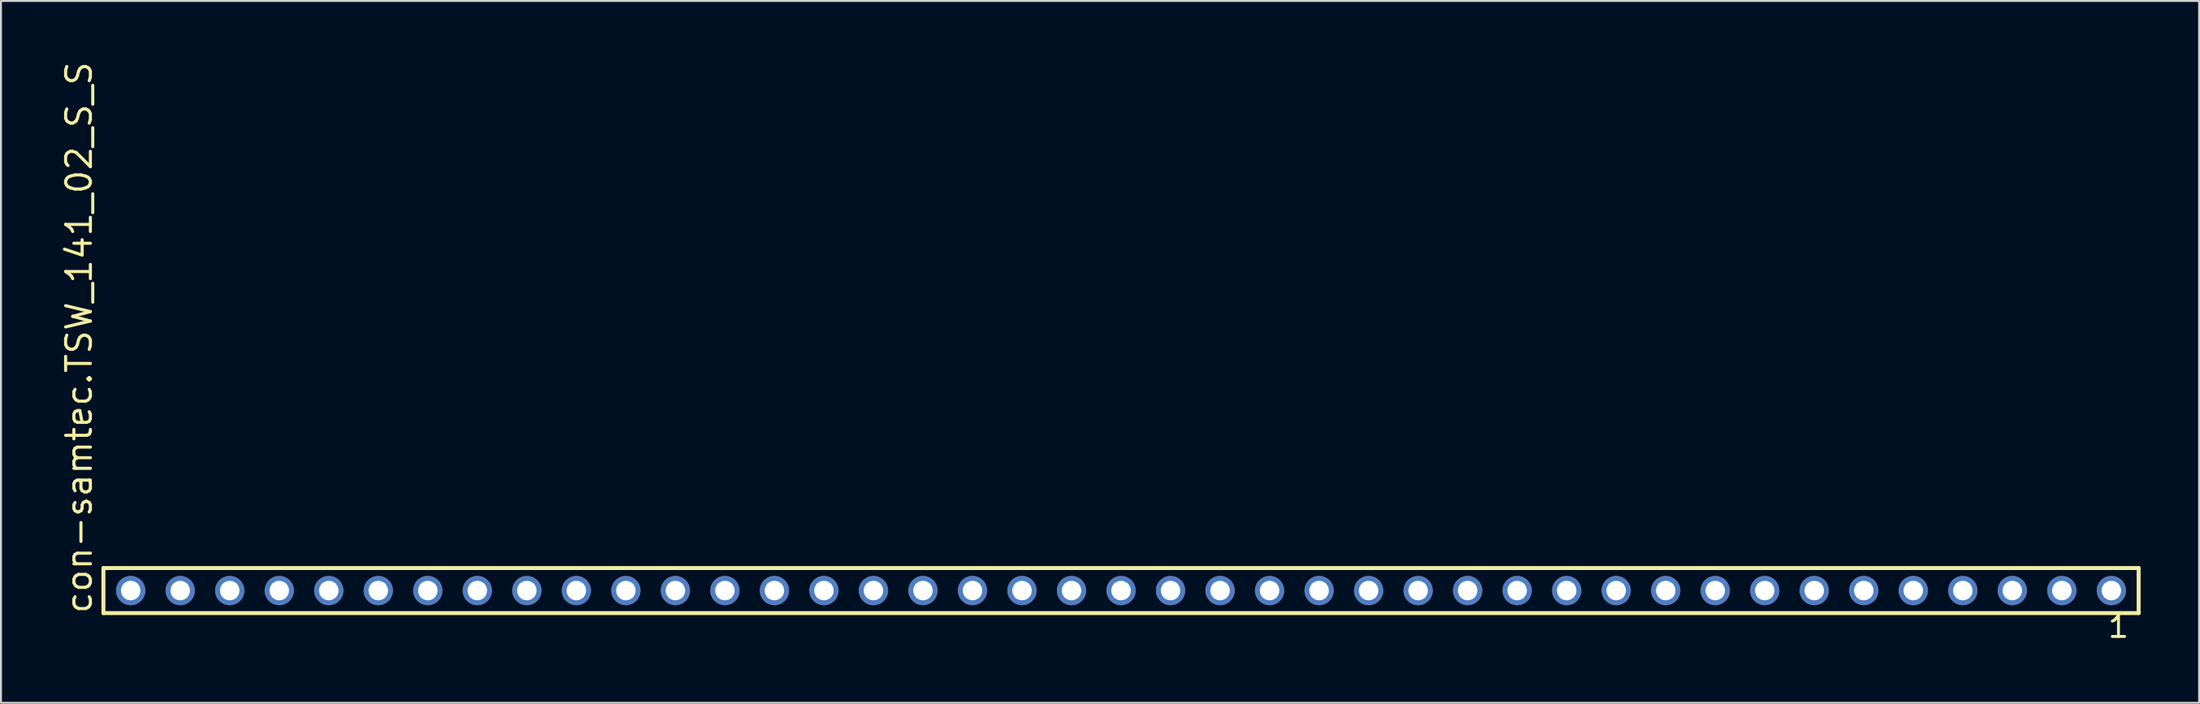
<source format=kicad_pcb>
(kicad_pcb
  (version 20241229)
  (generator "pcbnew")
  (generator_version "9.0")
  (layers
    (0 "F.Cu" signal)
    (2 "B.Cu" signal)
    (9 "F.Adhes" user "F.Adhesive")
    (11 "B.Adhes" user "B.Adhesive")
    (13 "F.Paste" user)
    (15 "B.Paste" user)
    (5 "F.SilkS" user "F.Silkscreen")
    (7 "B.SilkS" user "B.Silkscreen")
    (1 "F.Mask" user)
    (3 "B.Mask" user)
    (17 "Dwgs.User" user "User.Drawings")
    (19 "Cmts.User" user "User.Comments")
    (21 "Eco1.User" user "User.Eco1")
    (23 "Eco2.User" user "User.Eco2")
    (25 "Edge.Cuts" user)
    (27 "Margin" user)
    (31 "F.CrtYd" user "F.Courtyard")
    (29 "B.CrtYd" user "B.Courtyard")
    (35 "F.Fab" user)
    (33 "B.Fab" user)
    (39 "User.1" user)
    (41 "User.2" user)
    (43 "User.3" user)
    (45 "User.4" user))
  (footprint "con-samtec.TSW_141_02_S_S"
    (layer "F.Cu")
    (at 54.455 27.259)
    (property "Reference" "con-samtec.TSW_141_02_S_S" (at -52.705 1.27 90) (layer "F.SilkS") (effects (font (size 1.27 1.27) (thickness 0.16)) (justify left bottom)))
    (attr through_hole)
    (fp_line (start -52.199 -1.155) (end 52.199 -1.155) (stroke (width 0.203) (type default)) (layer "F.SilkS"))
    (fp_line (start -52.199 1.155) (end -52.199 -1.155) (stroke (width 0.203) (type default)) (layer "F.SilkS"))
    (fp_line (start 52.199 -1.155) (end 52.199 1.155) (stroke (width 0.203) (type default)) (layer "F.SilkS"))
    (fp_line (start 52.199 1.155) (end -52.199 1.155) (stroke (width 0.203) (type default)) (layer "F.SilkS"))
    (fp_rect (start -51.15 0.35) (end -50.45 -0.35) (stroke (width 0.05) (type default)) (fill no) (layer "F.Fab"))
    (fp_rect (start -48.61 0.35) (end -47.91 -0.35) (stroke (width 0.05) (type default)) (fill no) (layer "F.Fab"))
    (fp_rect (start -46.07 0.35) (end -45.37 -0.35) (stroke (width 0.05) (type default)) (fill no) (layer "F.Fab"))
    (fp_rect (start -43.53 0.35) (end -42.83 -0.35) (stroke (width 0.05) (type default)) (fill no) (layer "F.Fab"))
    (fp_rect (start -40.99 0.35) (end -40.29 -0.35) (stroke (width 0.05) (type default)) (fill no) (layer "F.Fab"))
    (fp_rect (start -38.45 0.35) (end -37.75 -0.35) (stroke (width 0.05) (type default)) (fill no) (layer "F.Fab"))
    (fp_rect (start -35.91 0.35) (end -35.21 -0.35) (stroke (width 0.05) (type default)) (fill no) (layer "F.Fab"))
    (fp_rect (start -33.37 0.35) (end -32.67 -0.35) (stroke (width 0.05) (type default)) (fill no) (layer "F.Fab"))
    (fp_rect (start -30.83 0.35) (end -30.13 -0.35) (stroke (width 0.05) (type default)) (fill no) (layer "F.Fab"))
    (fp_rect (start -28.29 0.35) (end -27.59 -0.35) (stroke (width 0.05) (type default)) (fill no) (layer "F.Fab"))
    (fp_rect (start -25.75 0.35) (end -25.05 -0.35) (stroke (width 0.05) (type default)) (fill no) (layer "F.Fab"))
    (fp_rect (start -23.21 0.35) (end -22.51 -0.35) (stroke (width 0.05) (type default)) (fill no) (layer "F.Fab"))
    (fp_rect (start -20.67 0.35) (end -19.97 -0.35) (stroke (width 0.05) (type default)) (fill no) (layer "F.Fab"))
    (fp_rect (start -18.13 0.35) (end -17.43 -0.35) (stroke (width 0.05) (type default)) (fill no) (layer "F.Fab"))
    (fp_rect (start -15.59 0.35) (end -14.89 -0.35) (stroke (width 0.05) (type default)) (fill no) (layer "F.Fab"))
    (fp_rect (start -13.05 0.35) (end -12.35 -0.35) (stroke (width 0.05) (type default)) (fill no) (layer "F.Fab"))
    (fp_rect (start -10.51 0.35) (end -9.81 -0.35) (stroke (width 0.05) (type default)) (fill no) (layer "F.Fab"))
    (fp_rect (start -7.97 0.35) (end -7.27 -0.35) (stroke (width 0.05) (type default)) (fill no) (layer "F.Fab"))
    (fp_rect (start -5.43 0.35) (end -4.73 -0.35) (stroke (width 0.05) (type default)) (fill no) (layer "F.Fab"))
    (fp_rect (start -2.89 0.35) (end -2.19 -0.35) (stroke (width 0.05) (type default)) (fill no) (layer "F.Fab"))
    (fp_rect (start -0.35 0.35) (end 0.35 -0.35) (stroke (width 0.05) (type default)) (fill no) (layer "F.Fab"))
    (fp_rect (start 2.19 0.35) (end 2.89 -0.35) (stroke (width 0.05) (type default)) (fill no) (layer "F.Fab"))
    (fp_rect (start 4.73 0.35) (end 5.43 -0.35) (stroke (width 0.05) (type default)) (fill no) (layer "F.Fab"))
    (fp_rect (start 7.27 0.35) (end 7.97 -0.35) (stroke (width 0.05) (type default)) (fill no) (layer "F.Fab"))
    (fp_rect (start 9.81 0.35) (end 10.51 -0.35) (stroke (width 0.05) (type default)) (fill no) (layer "F.Fab"))
    (fp_rect (start 12.35 0.35) (end 13.05 -0.35) (stroke (width 0.05) (type default)) (fill no) (layer "F.Fab"))
    (fp_rect (start 14.89 0.35) (end 15.59 -0.35) (stroke (width 0.05) (type default)) (fill no) (layer "F.Fab"))
    (fp_rect (start 17.43 0.35) (end 18.13 -0.35) (stroke (width 0.05) (type default)) (fill no) (layer "F.Fab"))
    (fp_rect (start 19.97 0.35) (end 20.67 -0.35) (stroke (width 0.05) (type default)) (fill no) (layer "F.Fab"))
    (fp_rect (start 22.51 0.35) (end 23.21 -0.35) (stroke (width 0.05) (type default)) (fill no) (layer "F.Fab"))
    (fp_rect (start 25.05 0.35) (end 25.75 -0.35) (stroke (width 0.05) (type default)) (fill no) (layer "F.Fab"))
    (fp_rect (start 27.59 0.35) (end 28.29 -0.35) (stroke (width 0.05) (type default)) (fill no) (layer "F.Fab"))
    (fp_rect (start 30.13 0.35) (end 30.83 -0.35) (stroke (width 0.05) (type default)) (fill no) (layer "F.Fab"))
    (fp_rect (start 32.67 0.35) (end 33.37 -0.35) (stroke (width 0.05) (type default)) (fill no) (layer "F.Fab"))
    (fp_rect (start 35.21 0.35) (end 35.91 -0.35) (stroke (width 0.05) (type default)) (fill no) (layer "F.Fab"))
    (fp_rect (start 37.75 0.35) (end 38.45 -0.35) (stroke (width 0.05) (type default)) (fill no) (layer "F.Fab"))
    (fp_rect (start 40.29 0.35) (end 40.99 -0.35) (stroke (width 0.05) (type default)) (fill no) (layer "F.Fab"))
    (fp_rect (start 42.83 0.35) (end 43.53 -0.35) (stroke (width 0.05) (type default)) (fill no) (layer "F.Fab"))
    (fp_rect (start 45.37 0.35) (end 46.07 -0.35) (stroke (width 0.05) (type default)) (fill no) (layer "F.Fab"))
    (fp_rect (start 47.91 0.35) (end 48.61 -0.35) (stroke (width 0.05) (type default)) (fill no) (layer "F.Fab"))
    (fp_rect (start 50.45 0.35) (end 51.15 -0.35) (stroke (width 0.05) (type default)) (fill no) (layer "F.Fab"))
    (fp_text user "1" (at 50.542 2.498 0) (layer "F.SilkS") (effects (font (size 1.1 1.1) (thickness 0.15)) (justify left bottom)))
    (pad "1" thru_hole circle (at 50.8 0 180) (size 1.5 1.5) (drill 1) (layers "*.Cu" "*.Mask"))
    (pad "2" thru_hole circle (at 48.26 0 180) (size 1.5 1.5) (drill 1) (layers "*.Cu" "*.Mask"))
    (pad "3" thru_hole circle (at 45.72 0 180) (size 1.5 1.5) (drill 1) (layers "*.Cu" "*.Mask"))
    (pad "4" thru_hole circle (at 43.18 0 180) (size 1.5 1.5) (drill 1) (layers "*.Cu" "*.Mask"))
    (pad "5" thru_hole circle (at 40.64 0 180) (size 1.5 1.5) (drill 1) (layers "*.Cu" "*.Mask"))
    (pad "6" thru_hole circle (at 38.1 0 180) (size 1.5 1.5) (drill 1) (layers "*.Cu" "*.Mask"))
    (pad "7" thru_hole circle (at 35.56 0 180) (size 1.5 1.5) (drill 1) (layers "*.Cu" "*.Mask"))
    (pad "8" thru_hole circle (at 33.02 0 180) (size 1.5 1.5) (drill 1) (layers "*.Cu" "*.Mask"))
    (pad "9" thru_hole circle (at 30.48 0 180) (size 1.5 1.5) (drill 1) (layers "*.Cu" "*.Mask"))
    (pad "10" thru_hole circle (at 27.94 0 180) (size 1.5 1.5) (drill 1) (layers "*.Cu" "*.Mask"))
    (pad "11" thru_hole circle (at 25.4 0 180) (size 1.5 1.5) (drill 1) (layers "*.Cu" "*.Mask"))
    (pad "12" thru_hole circle (at 22.86 0 180) (size 1.5 1.5) (drill 1) (layers "*.Cu" "*.Mask"))
    (pad "13" thru_hole circle (at 20.32 0 180) (size 1.5 1.5) (drill 1) (layers "*.Cu" "*.Mask"))
    (pad "14" thru_hole circle (at 17.78 0 180) (size 1.5 1.5) (drill 1) (layers "*.Cu" "*.Mask"))
    (pad "15" thru_hole circle (at 15.24 0 180) (size 1.5 1.5) (drill 1) (layers "*.Cu" "*.Mask"))
    (pad "16" thru_hole circle (at 12.7 0 180) (size 1.5 1.5) (drill 1) (layers "*.Cu" "*.Mask"))
    (pad "17" thru_hole circle (at 10.16 0 180) (size 1.5 1.5) (drill 1) (layers "*.Cu" "*.Mask"))
    (pad "18" thru_hole circle (at 7.62 0 180) (size 1.5 1.5) (drill 1) (layers "*.Cu" "*.Mask"))
    (pad "19" thru_hole circle (at 5.08 0 180) (size 1.5 1.5) (drill 1) (layers "*.Cu" "*.Mask"))
    (pad "20" thru_hole circle (at 2.54 0 180) (size 1.5 1.5) (drill 1) (layers "*.Cu" "*.Mask"))
    (pad "21" thru_hole circle (at 0 0 180) (size 1.5 1.5) (drill 1) (layers "*.Cu" "*.Mask"))
    (pad "22" thru_hole circle (at -2.54 0 180) (size 1.5 1.5) (drill 1) (layers "*.Cu" "*.Mask"))
    (pad "23" thru_hole circle (at -5.08 0 180) (size 1.5 1.5) (drill 1) (layers "*.Cu" "*.Mask"))
    (pad "24" thru_hole circle (at -7.62 0 180) (size 1.5 1.5) (drill 1) (layers "*.Cu" "*.Mask"))
    (pad "25" thru_hole circle (at -10.16 0 180) (size 1.5 1.5) (drill 1) (layers "*.Cu" "*.Mask"))
    (pad "26" thru_hole circle (at -12.7 0 180) (size 1.5 1.5) (drill 1) (layers "*.Cu" "*.Mask"))
    (pad "27" thru_hole circle (at -15.24 0 180) (size 1.5 1.5) (drill 1) (layers "*.Cu" "*.Mask"))
    (pad "28" thru_hole circle (at -17.78 0 180) (size 1.5 1.5) (drill 1) (layers "*.Cu" "*.Mask"))
    (pad "29" thru_hole circle (at -20.32 0 180) (size 1.5 1.5) (drill 1) (layers "*.Cu" "*.Mask"))
    (pad "30" thru_hole circle (at -22.86 0 180) (size 1.5 1.5) (drill 1) (layers "*.Cu" "*.Mask"))
    (pad "31" thru_hole circle (at -25.4 0 180) (size 1.5 1.5) (drill 1) (layers "*.Cu" "*.Mask"))
    (pad "32" thru_hole circle (at -27.94 0 180) (size 1.5 1.5) (drill 1) (layers "*.Cu" "*.Mask"))
    (pad "33" thru_hole circle (at -30.48 0 180) (size 1.5 1.5) (drill 1) (layers "*.Cu" "*.Mask"))
    (pad "34" thru_hole circle (at -33.02 0 180) (size 1.5 1.5) (drill 1) (layers "*.Cu" "*.Mask"))
    (pad "35" thru_hole circle (at -35.56 0 180) (size 1.5 1.5) (drill 1) (layers "*.Cu" "*.Mask"))
    (pad "36" thru_hole circle (at -38.1 0 180) (size 1.5 1.5) (drill 1) (layers "*.Cu" "*.Mask"))
    (pad "37" thru_hole circle (at -40.64 0 180) (size 1.5 1.5) (drill 1) (layers "*.Cu" "*.Mask"))
    (pad "38" thru_hole circle (at -43.18 0 180) (size 1.5 1.5) (drill 1) (layers "*.Cu" "*.Mask"))
    (pad "39" thru_hole circle (at -45.72 0 180) (size 1.5 1.5) (drill 1) (layers "*.Cu" "*.Mask"))
    (pad "40" thru_hole circle (at -48.26 0 180) (size 1.5 1.5) (drill 1) (layers "*.Cu" "*.Mask"))
    (pad "41" thru_hole circle (at -50.8 0 180) (size 1.5 1.5) (drill 1) (layers "*.Cu" "*.Mask")))
  (gr_rect
    (start -3 -3)
    (end 109.756 33.02)
    (stroke (width 0.1) (type default))
    (fill no)
    (layer "Edge.Cuts")))
</source>
